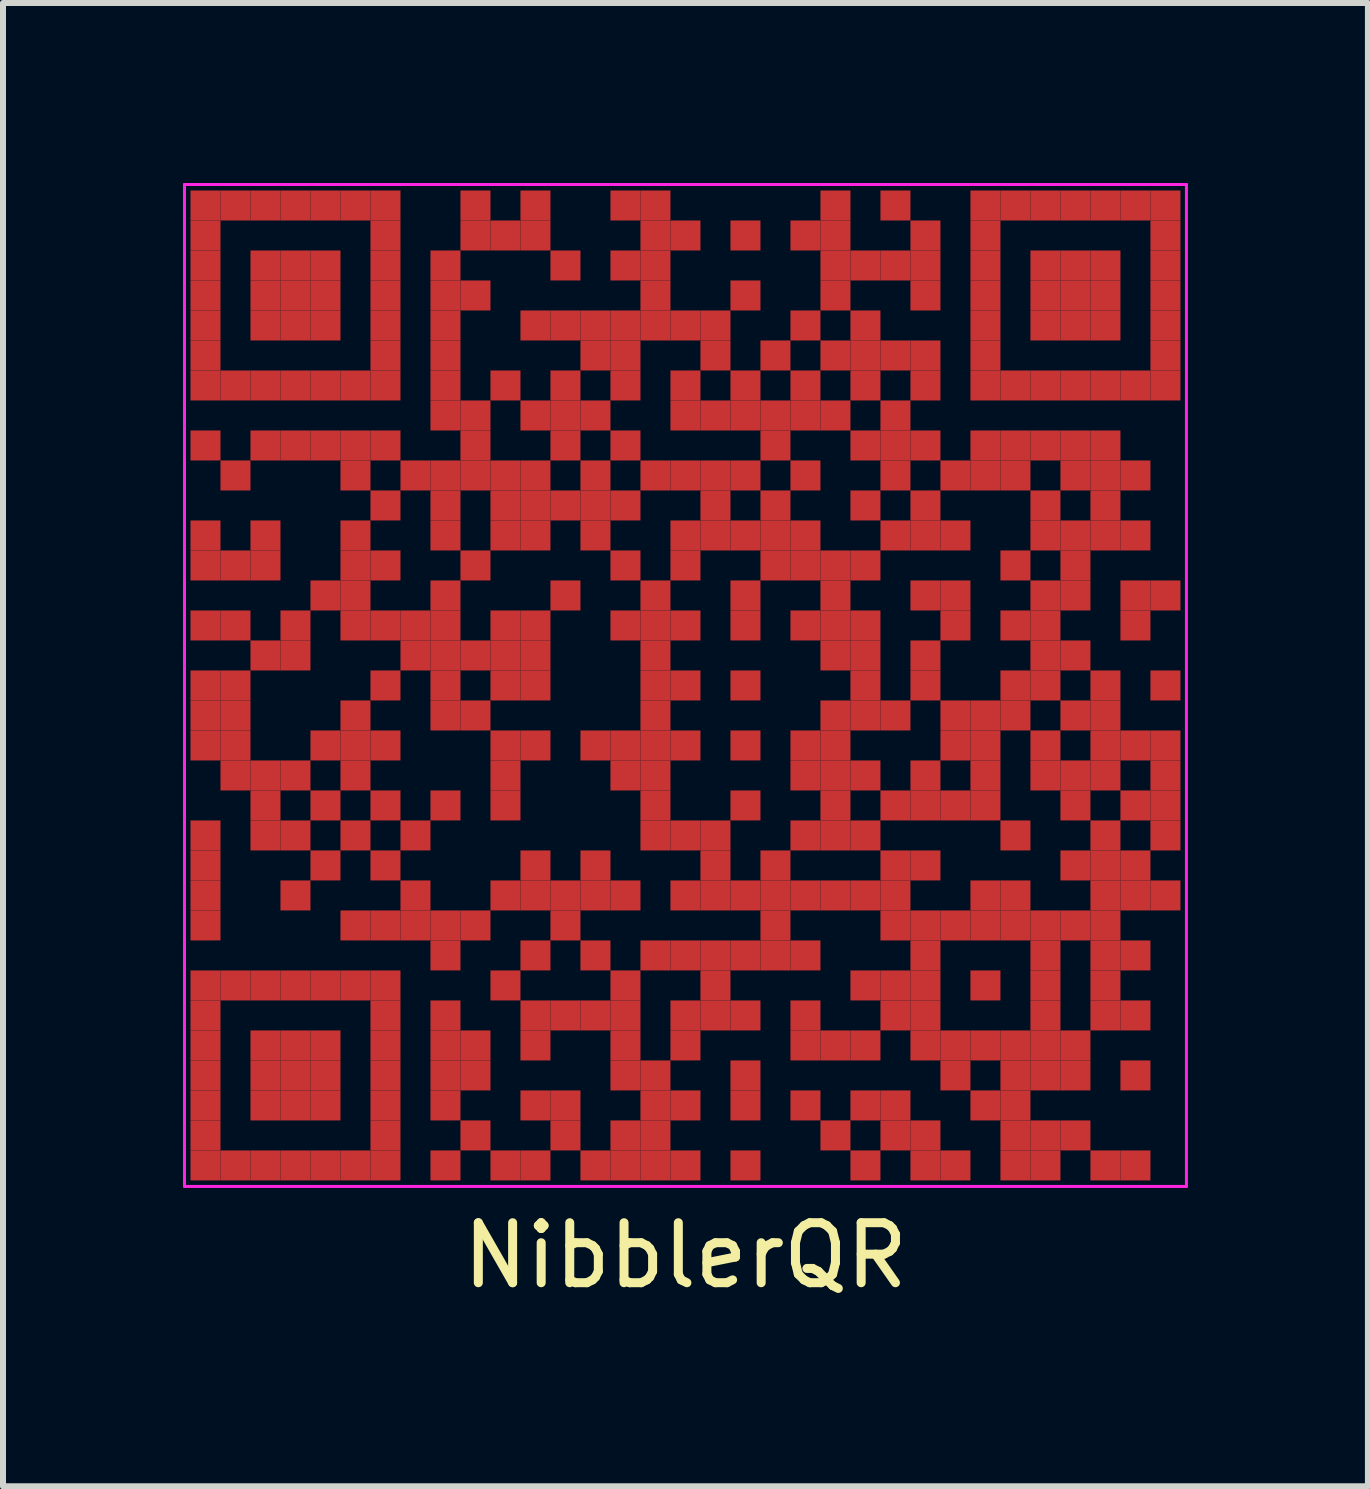
<source format=kicad_pcb>
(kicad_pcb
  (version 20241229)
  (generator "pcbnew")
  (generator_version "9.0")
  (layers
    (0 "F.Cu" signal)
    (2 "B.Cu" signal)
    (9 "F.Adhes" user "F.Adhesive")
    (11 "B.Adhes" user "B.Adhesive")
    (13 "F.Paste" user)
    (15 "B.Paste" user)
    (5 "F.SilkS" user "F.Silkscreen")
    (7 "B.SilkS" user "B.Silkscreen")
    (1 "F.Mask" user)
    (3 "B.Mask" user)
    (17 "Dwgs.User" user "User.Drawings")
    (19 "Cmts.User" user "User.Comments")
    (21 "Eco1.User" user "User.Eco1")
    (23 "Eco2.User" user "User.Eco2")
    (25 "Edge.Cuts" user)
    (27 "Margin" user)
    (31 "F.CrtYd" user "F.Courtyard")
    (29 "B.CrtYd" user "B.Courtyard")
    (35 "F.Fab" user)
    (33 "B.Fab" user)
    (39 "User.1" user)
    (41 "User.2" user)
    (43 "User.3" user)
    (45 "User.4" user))
  (footprint "NibblerQR"
    (layer "F.Cu")
    (at 8.375 8.375)
    (property "Reference" "NibblerQR" (at 0 9.5 0) (layer "F.SilkS") (effects (font (size 1 1) (thickness 0.15))))
    (attr through_hole)
    (fp_poly (pts (xy 8.3 8.3) (xy 8.3 -8.3) (xy -8.3 -8.3) (xy -8.3 8.3)) (stroke (width 0) (type solid)) (fill yes) (layer "F.Mask"))
    (fp_line (start -8.35 -8.35) (end 8.35 -8.35) (stroke (width 0.05) (type solid)) (layer "F.CrtYd"))
    (fp_line (start -8.35 8.35) (end -8.35 -8.35) (stroke (width 0.05) (type solid)) (layer "F.CrtYd"))
    (fp_line (start 8.35 -8.35) (end 8.35 8.35) (stroke (width 0.05) (type solid)) (layer "F.CrtYd"))
    (fp_line (start 8.35 8.35) (end -8.35 8.35) (stroke (width 0.05) (type solid)) (layer "F.CrtYd"))
    (pad "" smd rect (at -8 -8) (size 0.5 0.5) (layers "F.Cu"))
    (pad "" smd rect (at -8 -7.5) (size 0.5 0.5) (layers "F.Cu"))
    (pad "" smd rect (at -8 -7) (size 0.5 0.5) (layers "F.Cu"))
    (pad "" smd rect (at -8 -6.5) (size 0.5 0.5) (layers "F.Cu"))
    (pad "" smd rect (at -8 -6) (size 0.5 0.5) (layers "F.Cu"))
    (pad "" smd rect (at -8 -5.5) (size 0.5 0.5) (layers "F.Cu"))
    (pad "" smd rect (at -8 -5) (size 0.5 0.5) (layers "F.Cu"))
    (pad "" smd rect (at -8 -4) (size 0.5 0.5) (layers "F.Cu"))
    (pad "" smd rect (at -8 -2.5) (size 0.5 0.5) (layers "F.Cu"))
    (pad "" smd rect (at -8 -2) (size 0.5 0.5) (layers "F.Cu"))
    (pad "" smd rect (at -8 -1) (size 0.5 0.5) (layers "F.Cu"))
    (pad "" smd rect (at -8 0) (size 0.5 0.5) (layers "F.Cu"))
    (pad "" smd rect (at -8 0.5) (size 0.5 0.5) (layers "F.Cu"))
    (pad "" smd rect (at -8 1) (size 0.5 0.5) (layers "F.Cu"))
    (pad "" smd rect (at -8 2.5) (size 0.5 0.5) (layers "F.Cu"))
    (pad "" smd rect (at -8 3) (size 0.5 0.5) (layers "F.Cu"))
    (pad "" smd rect (at -8 3.5) (size 0.5 0.5) (layers "F.Cu"))
    (pad "" smd rect (at -8 4) (size 0.5 0.5) (layers "F.Cu"))
    (pad "" smd rect (at -8 5) (size 0.5 0.5) (layers "F.Cu"))
    (pad "" smd rect (at -8 5.5) (size 0.5 0.5) (layers "F.Cu"))
    (pad "" smd rect (at -8 6) (size 0.5 0.5) (layers "F.Cu"))
    (pad "" smd rect (at -8 6.5) (size 0.5 0.5) (layers "F.Cu"))
    (pad "" smd rect (at -8 7) (size 0.5 0.5) (layers "F.Cu"))
    (pad "" smd rect (at -8 7.5) (size 0.5 0.5) (layers "F.Cu"))
    (pad "" smd rect (at -8 8) (size 0.5 0.5) (layers "F.Cu"))
    (pad "" smd rect (at -7.5 -8) (size 0.5 0.5) (layers "F.Cu"))
    (pad "" smd rect (at -7.5 -5) (size 0.5 0.5) (layers "F.Cu"))
    (pad "" smd rect (at -7.5 -3.5) (size 0.5 0.5) (layers "F.Cu"))
    (pad "" smd rect (at -7.5 -2) (size 0.5 0.5) (layers "F.Cu"))
    (pad "" smd rect (at -7.5 -1) (size 0.5 0.5) (layers "F.Cu"))
    (pad "" smd rect (at -7.5 0) (size 0.5 0.5) (layers "F.Cu"))
    (pad "" smd rect (at -7.5 0.5) (size 0.5 0.5) (layers "F.Cu"))
    (pad "" smd rect (at -7.5 1) (size 0.5 0.5) (layers "F.Cu"))
    (pad "" smd rect (at -7.5 1.5) (size 0.5 0.5) (layers "F.Cu"))
    (pad "" smd rect (at -7.5 5) (size 0.5 0.5) (layers "F.Cu"))
    (pad "" smd rect (at -7.5 8) (size 0.5 0.5) (layers "F.Cu"))
    (pad "" smd rect (at -7 -8) (size 0.5 0.5) (layers "F.Cu"))
    (pad "" smd rect (at -7 -7) (size 0.5 0.5) (layers "F.Cu"))
    (pad "" smd rect (at -7 -6.5) (size 0.5 0.5) (layers "F.Cu"))
    (pad "" smd rect (at -7 -6) (size 0.5 0.5) (layers "F.Cu"))
    (pad "" smd rect (at -7 -5) (size 0.5 0.5) (layers "F.Cu"))
    (pad "" smd rect (at -7 -4) (size 0.5 0.5) (layers "F.Cu"))
    (pad "" smd rect (at -7 -2.5) (size 0.5 0.5) (layers "F.Cu"))
    (pad "" smd rect (at -7 -2) (size 0.5 0.5) (layers "F.Cu"))
    (pad "" smd rect (at -7 -0.5) (size 0.5 0.5) (layers "F.Cu"))
    (pad "" smd rect (at -7 1.5) (size 0.5 0.5) (layers "F.Cu"))
    (pad "" smd rect (at -7 2) (size 0.5 0.5) (layers "F.Cu"))
    (pad "" smd rect (at -7 2.5) (size 0.5 0.5) (layers "F.Cu"))
    (pad "" smd rect (at -7 5) (size 0.5 0.5) (layers "F.Cu"))
    (pad "" smd rect (at -7 6) (size 0.5 0.5) (layers "F.Cu"))
    (pad "" smd rect (at -7 6.5) (size 0.5 0.5) (layers "F.Cu"))
    (pad "" smd rect (at -7 7) (size 0.5 0.5) (layers "F.Cu"))
    (pad "" smd rect (at -7 8) (size 0.5 0.5) (layers "F.Cu"))
    (pad "" smd rect (at -6.5 -8) (size 0.5 0.5) (layers "F.Cu"))
    (pad "" smd rect (at -6.5 -7) (size 0.5 0.5) (layers "F.Cu"))
    (pad "" smd rect (at -6.5 -6.5) (size 0.5 0.5) (layers "F.Cu"))
    (pad "" smd rect (at -6.5 -6) (size 0.5 0.5) (layers "F.Cu"))
    (pad "" smd rect (at -6.5 -5) (size 0.5 0.5) (layers "F.Cu"))
    (pad "" smd rect (at -6.5 -4) (size 0.5 0.5) (layers "F.Cu"))
    (pad "" smd rect (at -6.5 -1) (size 0.5 0.5) (layers "F.Cu"))
    (pad "" smd rect (at -6.5 -0.5) (size 0.5 0.5) (layers "F.Cu"))
    (pad "" smd rect (at -6.5 1.5) (size 0.5 0.5) (layers "F.Cu"))
    (pad "" smd rect (at -6.5 2.5) (size 0.5 0.5) (layers "F.Cu"))
    (pad "" smd rect (at -6.5 3.5) (size 0.5 0.5) (layers "F.Cu"))
    (pad "" smd rect (at -6.5 5) (size 0.5 0.5) (layers "F.Cu"))
    (pad "" smd rect (at -6.5 6) (size 0.5 0.5) (layers "F.Cu"))
    (pad "" smd rect (at -6.5 6.5) (size 0.5 0.5) (layers "F.Cu"))
    (pad "" smd rect (at -6.5 7) (size 0.5 0.5) (layers "F.Cu"))
    (pad "" smd rect (at -6.5 8) (size 0.5 0.5) (layers "F.Cu"))
    (pad "" smd rect (at -6 -8) (size 0.5 0.5) (layers "F.Cu"))
    (pad "" smd rect (at -6 -7) (size 0.5 0.5) (layers "F.Cu"))
    (pad "" smd rect (at -6 -6.5) (size 0.5 0.5) (layers "F.Cu"))
    (pad "" smd rect (at -6 -6) (size 0.5 0.5) (layers "F.Cu"))
    (pad "" smd rect (at -6 -5) (size 0.5 0.5) (layers "F.Cu"))
    (pad "" smd rect (at -6 -4) (size 0.5 0.5) (layers "F.Cu"))
    (pad "" smd rect (at -6 -1.5) (size 0.5 0.5) (layers "F.Cu"))
    (pad "" smd rect (at -6 1) (size 0.5 0.5) (layers "F.Cu"))
    (pad "" smd rect (at -6 2) (size 0.5 0.5) (layers "F.Cu"))
    (pad "" smd rect (at -6 3) (size 0.5 0.5) (layers "F.Cu"))
    (pad "" smd rect (at -6 5) (size 0.5 0.5) (layers "F.Cu"))
    (pad "" smd rect (at -6 6) (size 0.5 0.5) (layers "F.Cu"))
    (pad "" smd rect (at -6 6.5) (size 0.5 0.5) (layers "F.Cu"))
    (pad "" smd rect (at -6 7) (size 0.5 0.5) (layers "F.Cu"))
    (pad "" smd rect (at -6 8) (size 0.5 0.5) (layers "F.Cu"))
    (pad "" smd rect (at -5.5 -8) (size 0.5 0.5) (layers "F.Cu"))
    (pad "" smd rect (at -5.5 -5) (size 0.5 0.5) (layers "F.Cu"))
    (pad "" smd rect (at -5.5 -4) (size 0.5 0.5) (layers "F.Cu"))
    (pad "" smd rect (at -5.5 -3.5) (size 0.5 0.5) (layers "F.Cu"))
    (pad "" smd rect (at -5.5 -2.5) (size 0.5 0.5) (layers "F.Cu"))
    (pad "" smd rect (at -5.5 -2) (size 0.5 0.5) (layers "F.Cu"))
    (pad "" smd rect (at -5.5 -1.5) (size 0.5 0.5) (layers "F.Cu"))
    (pad "" smd rect (at -5.5 -1) (size 0.5 0.5) (layers "F.Cu"))
    (pad "" smd rect (at -5.5 0.5) (size 0.5 0.5) (layers "F.Cu"))
    (pad "" smd rect (at -5.5 1) (size 0.5 0.5) (layers "F.Cu"))
    (pad "" smd rect (at -5.5 1.5) (size 0.5 0.5) (layers "F.Cu"))
    (pad "" smd rect (at -5.5 2.5) (size 0.5 0.5) (layers "F.Cu"))
    (pad "" smd rect (at -5.5 4) (size 0.5 0.5) (layers "F.Cu"))
    (pad "" smd rect (at -5.5 5) (size 0.5 0.5) (layers "F.Cu"))
    (pad "" smd rect (at -5.5 8) (size 0.5 0.5) (layers "F.Cu"))
    (pad "" smd rect (at -5 -8) (size 0.5 0.5) (layers "F.Cu"))
    (pad "" smd rect (at -5 -7.5) (size 0.5 0.5) (layers "F.Cu"))
    (pad "" smd rect (at -5 -7) (size 0.5 0.5) (layers "F.Cu"))
    (pad "" smd rect (at -5 -6.5) (size 0.5 0.5) (layers "F.Cu"))
    (pad "" smd rect (at -5 -6) (size 0.5 0.5) (layers "F.Cu"))
    (pad "" smd rect (at -5 -5.5) (size 0.5 0.5) (layers "F.Cu"))
    (pad "" smd rect (at -5 -5) (size 0.5 0.5) (layers "F.Cu"))
    (pad "" smd rect (at -5 -4) (size 0.5 0.5) (layers "F.Cu"))
    (pad "" smd rect (at -5 -3) (size 0.5 0.5) (layers "F.Cu"))
    (pad "" smd rect (at -5 -2) (size 0.5 0.5) (layers "F.Cu"))
    (pad "" smd rect (at -5 -1) (size 0.5 0.5) (layers "F.Cu"))
    (pad "" smd rect (at -5 0) (size 0.5 0.5) (layers "F.Cu"))
    (pad "" smd rect (at -5 1) (size 0.5 0.5) (layers "F.Cu"))
    (pad "" smd rect (at -5 2) (size 0.5 0.5) (layers "F.Cu"))
    (pad "" smd rect (at -5 3) (size 0.5 0.5) (layers "F.Cu"))
    (pad "" smd rect (at -5 4) (size 0.5 0.5) (layers "F.Cu"))
    (pad "" smd rect (at -5 5) (size 0.5 0.5) (layers "F.Cu"))
    (pad "" smd rect (at -5 5.5) (size 0.5 0.5) (layers "F.Cu"))
    (pad "" smd rect (at -5 6) (size 0.5 0.5) (layers "F.Cu"))
    (pad "" smd rect (at -5 6.5) (size 0.5 0.5) (layers "F.Cu"))
    (pad "" smd rect (at -5 7) (size 0.5 0.5) (layers "F.Cu"))
    (pad "" smd rect (at -5 7.5) (size 0.5 0.5) (layers "F.Cu"))
    (pad "" smd rect (at -5 8) (size 0.5 0.5) (layers "F.Cu"))
    (pad "" smd rect (at -4.5 -3.5) (size 0.5 0.5) (layers "F.Cu"))
    (pad "" smd rect (at -4.5 -1) (size 0.5 0.5) (layers "F.Cu"))
    (pad "" smd rect (at -4.5 -0.5) (size 0.5 0.5) (layers "F.Cu"))
    (pad "" smd rect (at -4.5 2.5) (size 0.5 0.5) (layers "F.Cu"))
    (pad "" smd rect (at -4.5 3.5) (size 0.5 0.5) (layers "F.Cu"))
    (pad "" smd rect (at -4.5 4) (size 0.5 0.5) (layers "F.Cu"))
    (pad "" smd rect (at -4 -7) (size 0.5 0.5) (layers "F.Cu"))
    (pad "" smd rect (at -4 -6.5) (size 0.5 0.5) (layers "F.Cu"))
    (pad "" smd rect (at -4 -6) (size 0.5 0.5) (layers "F.Cu"))
    (pad "" smd rect (at -4 -5.5) (size 0.5 0.5) (layers "F.Cu"))
    (pad "" smd rect (at -4 -5) (size 0.5 0.5) (layers "F.Cu"))
    (pad "" smd rect (at -4 -4.5) (size 0.5 0.5) (layers "F.Cu"))
    (pad "" smd rect (at -4 -3.5) (size 0.5 0.5) (layers "F.Cu"))
    (pad "" smd rect (at -4 -3) (size 0.5 0.5) (layers "F.Cu"))
    (pad "" smd rect (at -4 -2.5) (size 0.5 0.5) (layers "F.Cu"))
    (pad "" smd rect (at -4 -1.5) (size 0.5 0.5) (layers "F.Cu"))
    (pad "" smd rect (at -4 -1) (size 0.5 0.5) (layers "F.Cu"))
    (pad "" smd rect (at -4 -0.5) (size 0.5 0.5) (layers "F.Cu"))
    (pad "" smd rect (at -4 0) (size 0.5 0.5) (layers "F.Cu"))
    (pad "" smd rect (at -4 0.5) (size 0.5 0.5) (layers "F.Cu"))
    (pad "" smd rect (at -4 2) (size 0.5 0.5) (layers "F.Cu"))
    (pad "" smd rect (at -4 4) (size 0.5 0.5) (layers "F.Cu"))
    (pad "" smd rect (at -4 4.5) (size 0.5 0.5) (layers "F.Cu"))
    (pad "" smd rect (at -4 5.5) (size 0.5 0.5) (layers "F.Cu"))
    (pad "" smd rect (at -4 6) (size 0.5 0.5) (layers "F.Cu"))
    (pad "" smd rect (at -4 6.5) (size 0.5 0.5) (layers "F.Cu"))
    (pad "" smd rect (at -4 7) (size 0.5 0.5) (layers "F.Cu"))
    (pad "" smd rect (at -4 8) (size 0.5 0.5) (layers "F.Cu"))
    (pad "" smd rect (at -3.5 -8) (size 0.5 0.5) (layers "F.Cu"))
    (pad "" smd rect (at -3.5 -7.5) (size 0.5 0.5) (layers "F.Cu"))
    (pad "" smd rect (at -3.5 -6.5) (size 0.5 0.5) (layers "F.Cu"))
    (pad "" smd rect (at -3.5 -4.5) (size 0.5 0.5) (layers "F.Cu"))
    (pad "" smd rect (at -3.5 -4) (size 0.5 0.5) (layers "F.Cu"))
    (pad "" smd rect (at -3.5 -3.5) (size 0.5 0.5) (layers "F.Cu"))
    (pad "" smd rect (at -3.5 -2) (size 0.5 0.5) (layers "F.Cu"))
    (pad "" smd rect (at -3.5 -0.5) (size 0.5 0.5) (layers "F.Cu"))
    (pad "" smd rect (at -3.5 0.5) (size 0.5 0.5) (layers "F.Cu"))
    (pad "" smd rect (at -3.5 4) (size 0.5 0.5) (layers "F.Cu"))
    (pad "" smd rect (at -3.5 6) (size 0.5 0.5) (layers "F.Cu"))
    (pad "" smd rect (at -3.5 6.5) (size 0.5 0.5) (layers "F.Cu"))
    (pad "" smd rect (at -3.5 7.5) (size 0.5 0.5) (layers "F.Cu"))
    (pad "" smd rect (at -3 -7.5) (size 0.5 0.5) (layers "F.Cu"))
    (pad "" smd rect (at -3 -5) (size 0.5 0.5) (layers "F.Cu"))
    (pad "" smd rect (at -3 -3.5) (size 0.5 0.5) (layers "F.Cu"))
    (pad "" smd rect (at -3 -3) (size 0.5 0.5) (layers "F.Cu"))
    (pad "" smd rect (at -3 -2.5) (size 0.5 0.5) (layers "F.Cu"))
    (pad "" smd rect (at -3 -1) (size 0.5 0.5) (layers "F.Cu"))
    (pad "" smd rect (at -3 -0.5) (size 0.5 0.5) (layers "F.Cu"))
    (pad "" smd rect (at -3 0) (size 0.5 0.5) (layers "F.Cu"))
    (pad "" smd rect (at -3 1) (size 0.5 0.5) (layers "F.Cu"))
    (pad "" smd rect (at -3 1.5) (size 0.5 0.5) (layers "F.Cu"))
    (pad "" smd rect (at -3 2) (size 0.5 0.5) (layers "F.Cu"))
    (pad "" smd rect (at -3 3.5) (size 0.5 0.5) (layers "F.Cu"))
    (pad "" smd rect (at -3 5) (size 0.5 0.5) (layers "F.Cu"))
    (pad "" smd rect (at -3 8) (size 0.5 0.5) (layers "F.Cu"))
    (pad "" smd rect (at -2.5 -8) (size 0.5 0.5) (layers "F.Cu"))
    (pad "" smd rect (at -2.5 -7.5) (size 0.5 0.5) (layers "F.Cu"))
    (pad "" smd rect (at -2.5 -6) (size 0.5 0.5) (layers "F.Cu"))
    (pad "" smd rect (at -2.5 -4.5) (size 0.5 0.5) (layers "F.Cu"))
    (pad "" smd rect (at -2.5 -3.5) (size 0.5 0.5) (layers "F.Cu"))
    (pad "" smd rect (at -2.5 -3) (size 0.5 0.5) (layers "F.Cu"))
    (pad "" smd rect (at -2.5 -2.5) (size 0.5 0.5) (layers "F.Cu"))
    (pad "" smd rect (at -2.5 -1) (size 0.5 0.5) (layers "F.Cu"))
    (pad "" smd rect (at -2.5 -0.5) (size 0.5 0.5) (layers "F.Cu"))
    (pad "" smd rect (at -2.5 0) (size 0.5 0.5) (layers "F.Cu"))
    (pad "" smd rect (at -2.5 1) (size 0.5 0.5) (layers "F.Cu"))
    (pad "" smd rect (at -2.5 3) (size 0.5 0.5) (layers "F.Cu"))
    (pad "" smd rect (at -2.5 3.5) (size 0.5 0.5) (layers "F.Cu"))
    (pad "" smd rect (at -2.5 4.5) (size 0.5 0.5) (layers "F.Cu"))
    (pad "" smd rect (at -2.5 5.5) (size 0.5 0.5) (layers "F.Cu"))
    (pad "" smd rect (at -2.5 6) (size 0.5 0.5) (layers "F.Cu"))
    (pad "" smd rect (at -2.5 7) (size 0.5 0.5) (layers "F.Cu"))
    (pad "" smd rect (at -2.5 8) (size 0.5 0.5) (layers "F.Cu"))
    (pad "" smd rect (at -2 -7) (size 0.5 0.5) (layers "F.Cu"))
    (pad "" smd rect (at -2 -6) (size 0.5 0.5) (layers "F.Cu"))
    (pad "" smd rect (at -2 -5) (size 0.5 0.5) (layers "F.Cu"))
    (pad "" smd rect (at -2 -4.5) (size 0.5 0.5) (layers "F.Cu"))
    (pad "" smd rect (at -2 -4) (size 0.5 0.5) (layers "F.Cu"))
    (pad "" smd rect (at -2 -3) (size 0.5 0.5) (layers "F.Cu"))
    (pad "" smd rect (at -2 -1.5) (size 0.5 0.5) (layers "F.Cu"))
    (pad "" smd rect (at -2 3.5) (size 0.5 0.5) (layers "F.Cu"))
    (pad "" smd rect (at -2 4) (size 0.5 0.5) (layers "F.Cu"))
    (pad "" smd rect (at -2 5.5) (size 0.5 0.5) (layers "F.Cu"))
    (pad "" smd rect (at -2 7) (size 0.5 0.5) (layers "F.Cu"))
    (pad "" smd rect (at -2 7.5) (size 0.5 0.5) (layers "F.Cu"))
    (pad "" smd rect (at -1.5 -6) (size 0.5 0.5) (layers "F.Cu"))
    (pad "" smd rect (at -1.5 -5.5) (size 0.5 0.5) (layers "F.Cu"))
    (pad "" smd rect (at -1.5 -4.5) (size 0.5 0.5) (layers "F.Cu"))
    (pad "" smd rect (at -1.5 -3.5) (size 0.5 0.5) (layers "F.Cu"))
    (pad "" smd rect (at -1.5 -3) (size 0.5 0.5) (layers "F.Cu"))
    (pad "" smd rect (at -1.5 -2.5) (size 0.5 0.5) (layers "F.Cu"))
    (pad "" smd rect (at -1.5 1) (size 0.5 0.5) (layers "F.Cu"))
    (pad "" smd rect (at -1.5 3) (size 0.5 0.5) (layers "F.Cu"))
    (pad "" smd rect (at -1.5 3.5) (size 0.5 0.5) (layers "F.Cu"))
    (pad "" smd rect (at -1.5 4.5) (size 0.5 0.5) (layers "F.Cu"))
    (pad "" smd rect (at -1.5 5.5) (size 0.5 0.5) (layers "F.Cu"))
    (pad "" smd rect (at -1.5 8) (size 0.5 0.5) (layers "F.Cu"))
    (pad "" smd rect (at -1 -8) (size 0.5 0.5) (layers "F.Cu"))
    (pad "" smd rect (at -1 -7) (size 0.5 0.5) (layers "F.Cu"))
    (pad "" smd rect (at -1 -6) (size 0.5 0.5) (layers "F.Cu"))
    (pad "" smd rect (at -1 -5.5) (size 0.5 0.5) (layers "F.Cu"))
    (pad "" smd rect (at -1 -5) (size 0.5 0.5) (layers "F.Cu"))
    (pad "" smd rect (at -1 -4) (size 0.5 0.5) (layers "F.Cu"))
    (pad "" smd rect (at -1 -3) (size 0.5 0.5) (layers "F.Cu"))
    (pad "" smd rect (at -1 -2) (size 0.5 0.5) (layers "F.Cu"))
    (pad "" smd rect (at -1 -1) (size 0.5 0.5) (layers "F.Cu"))
    (pad "" smd rect (at -1 1) (size 0.5 0.5) (layers "F.Cu"))
    (pad "" smd rect (at -1 1.5) (size 0.5 0.5) (layers "F.Cu"))
    (pad "" smd rect (at -1 3.5) (size 0.5 0.5) (layers "F.Cu"))
    (pad "" smd rect (at -1 5) (size 0.5 0.5) (layers "F.Cu"))
    (pad "" smd rect (at -1 5.5) (size 0.5 0.5) (layers "F.Cu"))
    (pad "" smd rect (at -1 6) (size 0.5 0.5) (layers "F.Cu"))
    (pad "" smd rect (at -1 6.5) (size 0.5 0.5) (layers "F.Cu"))
    (pad "" smd rect (at -1 7.5) (size 0.5 0.5) (layers "F.Cu"))
    (pad "" smd rect (at -1 8) (size 0.5 0.5) (layers "F.Cu"))
    (pad "" smd rect (at -0.5 -8) (size 0.5 0.5) (layers "F.Cu"))
    (pad "" smd rect (at -0.5 -7.5) (size 0.5 0.5) (layers "F.Cu"))
    (pad "" smd rect (at -0.5 -7) (size 0.5 0.5) (layers "F.Cu"))
    (pad "" smd rect (at -0.5 -6.5) (size 0.5 0.5) (layers "F.Cu"))
    (pad "" smd rect (at -0.5 -6) (size 0.5 0.5) (layers "F.Cu"))
    (pad "" smd rect (at -0.5 -3.5) (size 0.5 0.5) (layers "F.Cu"))
    (pad "" smd rect (at -0.5 -1.5) (size 0.5 0.5) (layers "F.Cu"))
    (pad "" smd rect (at -0.5 -1) (size 0.5 0.5) (layers "F.Cu"))
    (pad "" smd rect (at -0.5 -0.5) (size 0.5 0.5) (layers "F.Cu"))
    (pad "" smd rect (at -0.5 0) (size 0.5 0.5) (layers "F.Cu"))
    (pad "" smd rect (at -0.5 0.5) (size 0.5 0.5) (layers "F.Cu"))
    (pad "" smd rect (at -0.5 1) (size 0.5 0.5) (layers "F.Cu"))
    (pad "" smd rect (at -0.5 1.5) (size 0.5 0.5) (layers "F.Cu"))
    (pad "" smd rect (at -0.5 2) (size 0.5 0.5) (layers "F.Cu"))
    (pad "" smd rect (at -0.5 2.5) (size 0.5 0.5) (layers "F.Cu"))
    (pad "" smd rect (at -0.5 4.5) (size 0.5 0.5) (layers "F.Cu"))
    (pad "" smd rect (at -0.5 6.5) (size 0.5 0.5) (layers "F.Cu"))
    (pad "" smd rect (at -0.5 7) (size 0.5 0.5) (layers "F.Cu"))
    (pad "" smd rect (at -0.5 7.5) (size 0.5 0.5) (layers "F.Cu"))
    (pad "" smd rect (at -0.5 8) (size 0.5 0.5) (layers "F.Cu"))
    (pad "" smd rect (at 0 -7.5) (size 0.5 0.5) (layers "F.Cu"))
    (pad "" smd rect (at 0 -6) (size 0.5 0.5) (layers "F.Cu"))
    (pad "" smd rect (at 0 -5) (size 0.5 0.5) (layers "F.Cu"))
    (pad "" smd rect (at 0 -4.5) (size 0.5 0.5) (layers "F.Cu"))
    (pad "" smd rect (at 0 -3.5) (size 0.5 0.5) (layers "F.Cu"))
    (pad "" smd rect (at 0 -2.5) (size 0.5 0.5) (layers "F.Cu"))
    (pad "" smd rect (at 0 -2) (size 0.5 0.5) (layers "F.Cu"))
    (pad "" smd rect (at 0 -1) (size 0.5 0.5) (layers "F.Cu"))
    (pad "" smd rect (at 0 0) (size 0.5 0.5) (layers "F.Cu"))
    (pad "" smd rect (at 0 1) (size 0.5 0.5) (layers "F.Cu"))
    (pad "" smd rect (at 0 2.5) (size 0.5 0.5) (layers "F.Cu"))
    (pad "" smd rect (at 0 3.5) (size 0.5 0.5) (layers "F.Cu"))
    (pad "" smd rect (at 0 4.5) (size 0.5 0.5) (layers "F.Cu"))
    (pad "" smd rect (at 0 5.5) (size 0.5 0.5) (layers "F.Cu"))
    (pad "" smd rect (at 0 6) (size 0.5 0.5) (layers "F.Cu"))
    (pad "" smd rect (at 0 7) (size 0.5 0.5) (layers "F.Cu"))
    (pad "" smd rect (at 0 8) (size 0.5 0.5) (layers "F.Cu"))
    (pad "" smd rect (at 0.5 -6) (size 0.5 0.5) (layers "F.Cu"))
    (pad "" smd rect (at 0.5 -5.5) (size 0.5 0.5) (layers "F.Cu"))
    (pad "" smd rect (at 0.5 -4.5) (size 0.5 0.5) (layers "F.Cu"))
    (pad "" smd rect (at 0.5 -3.5) (size 0.5 0.5) (layers "F.Cu"))
    (pad "" smd rect (at 0.5 -3) (size 0.5 0.5) (layers "F.Cu"))
    (pad "" smd rect (at 0.5 -2.5) (size 0.5 0.5) (layers "F.Cu"))
    (pad "" smd rect (at 0.5 2.5) (size 0.5 0.5) (layers "F.Cu"))
    (pad "" smd rect (at 0.5 3) (size 0.5 0.5) (layers "F.Cu"))
    (pad "" smd rect (at 0.5 3.5) (size 0.5 0.5) (layers "F.Cu"))
    (pad "" smd rect (at 0.5 4.5) (size 0.5 0.5) (layers "F.Cu"))
    (pad "" smd rect (at 0.5 5) (size 0.5 0.5) (layers "F.Cu"))
    (pad "" smd rect (at 0.5 5.5) (size 0.5 0.5) (layers "F.Cu"))
    (pad "" smd rect (at 1 -7.5) (size 0.5 0.5) (layers "F.Cu"))
    (pad "" smd rect (at 1 -6.5) (size 0.5 0.5) (layers "F.Cu"))
    (pad "" smd rect (at 1 -5) (size 0.5 0.5) (layers "F.Cu"))
    (pad "" smd rect (at 1 -4.5) (size 0.5 0.5) (layers "F.Cu"))
    (pad "" smd rect (at 1 -3.5) (size 0.5 0.5) (layers "F.Cu"))
    (pad "" smd rect (at 1 -2.5) (size 0.5 0.5) (layers "F.Cu"))
    (pad "" smd rect (at 1 -1.5) (size 0.5 0.5) (layers "F.Cu"))
    (pad "" smd rect (at 1 -1) (size 0.5 0.5) (layers "F.Cu"))
    (pad "" smd rect (at 1 0) (size 0.5 0.5) (layers "F.Cu"))
    (pad "" smd rect (at 1 1) (size 0.5 0.5) (layers "F.Cu"))
    (pad "" smd rect (at 1 2) (size 0.5 0.5) (layers "F.Cu"))
    (pad "" smd rect (at 1 3.5) (size 0.5 0.5) (layers "F.Cu"))
    (pad "" smd rect (at 1 4.5) (size 0.5 0.5) (layers "F.Cu"))
    (pad "" smd rect (at 1 5.5) (size 0.5 0.5) (layers "F.Cu"))
    (pad "" smd rect (at 1 6.5) (size 0.5 0.5) (layers "F.Cu"))
    (pad "" smd rect (at 1 7) (size 0.5 0.5) (layers "F.Cu"))
    (pad "" smd rect (at 1 8) (size 0.5 0.5) (layers "F.Cu"))
    (pad "" smd rect (at 1.5 -5.5) (size 0.5 0.5) (layers "F.Cu"))
    (pad "" smd rect (at 1.5 -4.5) (size 0.5 0.5) (layers "F.Cu"))
    (pad "" smd rect (at 1.5 -4) (size 0.5 0.5) (layers "F.Cu"))
    (pad "" smd rect (at 1.5 -3) (size 0.5 0.5) (layers "F.Cu"))
    (pad "" smd rect (at 1.5 -2.5) (size 0.5 0.5) (layers "F.Cu"))
    (pad "" smd rect (at 1.5 -2) (size 0.5 0.5) (layers "F.Cu"))
    (pad "" smd rect (at 1.5 3) (size 0.5 0.5) (layers "F.Cu"))
    (pad "" smd rect (at 1.5 3.5) (size 0.5 0.5) (layers "F.Cu"))
    (pad "" smd rect (at 1.5 4) (size 0.5 0.5) (layers "F.Cu"))
    (pad "" smd rect (at 1.5 4.5) (size 0.5 0.5) (layers "F.Cu"))
    (pad "" smd rect (at 2 -7.5) (size 0.5 0.5) (layers "F.Cu"))
    (pad "" smd rect (at 2 -6) (size 0.5 0.5) (layers "F.Cu"))
    (pad "" smd rect (at 2 -5) (size 0.5 0.5) (layers "F.Cu"))
    (pad "" smd rect (at 2 -4.5) (size 0.5 0.5) (layers "F.Cu"))
    (pad "" smd rect (at 2 -3.5) (size 0.5 0.5) (layers "F.Cu"))
    (pad "" smd rect (at 2 -2.5) (size 0.5 0.5) (layers "F.Cu"))
    (pad "" smd rect (at 2 -2) (size 0.5 0.5) (layers "F.Cu"))
    (pad "" smd rect (at 2 -1) (size 0.5 0.5) (layers "F.Cu"))
    (pad "" smd rect (at 2 1) (size 0.5 0.5) (layers "F.Cu"))
    (pad "" smd rect (at 2 1.5) (size 0.5 0.5) (layers "F.Cu"))
    (pad "" smd rect (at 2 2.5) (size 0.5 0.5) (layers "F.Cu"))
    (pad "" smd rect (at 2 3.5) (size 0.5 0.5) (layers "F.Cu"))
    (pad "" smd rect (at 2 4.5) (size 0.5 0.5) (layers "F.Cu"))
    (pad "" smd rect (at 2 5.5) (size 0.5 0.5) (layers "F.Cu"))
    (pad "" smd rect (at 2 6) (size 0.5 0.5) (layers "F.Cu"))
    (pad "" smd rect (at 2 7) (size 0.5 0.5) (layers "F.Cu"))
    (pad "" smd rect (at 2.5 -8) (size 0.5 0.5) (layers "F.Cu"))
    (pad "" smd rect (at 2.5 -7.5) (size 0.5 0.5) (layers "F.Cu"))
    (pad "" smd rect (at 2.5 -7) (size 0.5 0.5) (layers "F.Cu"))
    (pad "" smd rect (at 2.5 -6.5) (size 0.5 0.5) (layers "F.Cu"))
    (pad "" smd rect (at 2.5 -5.5) (size 0.5 0.5) (layers "F.Cu"))
    (pad "" smd rect (at 2.5 -4.5) (size 0.5 0.5) (layers "F.Cu"))
    (pad "" smd rect (at 2.5 -2) (size 0.5 0.5) (layers "F.Cu"))
    (pad "" smd rect (at 2.5 -1.5) (size 0.5 0.5) (layers "F.Cu"))
    (pad "" smd rect (at 2.5 -1) (size 0.5 0.5) (layers "F.Cu"))
    (pad "" smd rect (at 2.5 -0.5) (size 0.5 0.5) (layers "F.Cu"))
    (pad "" smd rect (at 2.5 0.5) (size 0.5 0.5) (layers "F.Cu"))
    (pad "" smd rect (at 2.5 1) (size 0.5 0.5) (layers "F.Cu"))
    (pad "" smd rect (at 2.5 1.5) (size 0.5 0.5) (layers "F.Cu"))
    (pad "" smd rect (at 2.5 2) (size 0.5 0.5) (layers "F.Cu"))
    (pad "" smd rect (at 2.5 2.5) (size 0.5 0.5) (layers "F.Cu"))
    (pad "" smd rect (at 2.5 3.5) (size 0.5 0.5) (layers "F.Cu"))
    (pad "" smd rect (at 2.5 6) (size 0.5 0.5) (layers "F.Cu"))
    (pad "" smd rect (at 2.5 7.5) (size 0.5 0.5) (layers "F.Cu"))
    (pad "" smd rect (at 3 -7) (size 0.5 0.5) (layers "F.Cu"))
    (pad "" smd rect (at 3 -6) (size 0.5 0.5) (layers "F.Cu"))
    (pad "" smd rect (at 3 -5.5) (size 0.5 0.5) (layers "F.Cu"))
    (pad "" smd rect (at 3 -5) (size 0.5 0.5) (layers "F.Cu"))
    (pad "" smd rect (at 3 -4) (size 0.5 0.5) (layers "F.Cu"))
    (pad "" smd rect (at 3 -3) (size 0.5 0.5) (layers "F.Cu"))
    (pad "" smd rect (at 3 -2) (size 0.5 0.5) (layers "F.Cu"))
    (pad "" smd rect (at 3 -1) (size 0.5 0.5) (layers "F.Cu"))
    (pad "" smd rect (at 3 -0.5) (size 0.5 0.5) (layers "F.Cu"))
    (pad "" smd rect (at 3 0) (size 0.5 0.5) (layers "F.Cu"))
    (pad "" smd rect (at 3 0.5) (size 0.5 0.5) (layers "F.Cu"))
    (pad "" smd rect (at 3 1.5) (size 0.5 0.5) (layers "F.Cu"))
    (pad "" smd rect (at 3 2.5) (size 0.5 0.5) (layers "F.Cu"))
    (pad "" smd rect (at 3 3.5) (size 0.5 0.5) (layers "F.Cu"))
    (pad "" smd rect (at 3 5) (size 0.5 0.5) (layers "F.Cu"))
    (pad "" smd rect (at 3 6) (size 0.5 0.5) (layers "F.Cu"))
    (pad "" smd rect (at 3 7) (size 0.5 0.5) (layers "F.Cu"))
    (pad "" smd rect (at 3 8) (size 0.5 0.5) (layers "F.Cu"))
    (pad "" smd rect (at 3.5 -8) (size 0.5 0.5) (layers "F.Cu"))
    (pad "" smd rect (at 3.5 -7) (size 0.5 0.5) (layers "F.Cu"))
    (pad "" smd rect (at 3.5 -5.5) (size 0.5 0.5) (layers "F.Cu"))
    (pad "" smd rect (at 3.5 -4.5) (size 0.5 0.5) (layers "F.Cu"))
    (pad "" smd rect (at 3.5 -4) (size 0.5 0.5) (layers "F.Cu"))
    (pad "" smd rect (at 3.5 -3.5) (size 0.5 0.5) (layers "F.Cu"))
    (pad "" smd rect (at 3.5 -2.5) (size 0.5 0.5) (layers "F.Cu"))
    (pad "" smd rect (at 3.5 0.5) (size 0.5 0.5) (layers "F.Cu"))
    (pad "" smd rect (at 3.5 2) (size 0.5 0.5) (layers "F.Cu"))
    (pad "" smd rect (at 3.5 3) (size 0.5 0.5) (layers "F.Cu"))
    (pad "" smd rect (at 3.5 3.5) (size 0.5 0.5) (layers "F.Cu"))
    (pad "" smd rect (at 3.5 4) (size 0.5 0.5) (layers "F.Cu"))
    (pad "" smd rect (at 3.5 5) (size 0.5 0.5) (layers "F.Cu"))
    (pad "" smd rect (at 3.5 5.5) (size 0.5 0.5) (layers "F.Cu"))
    (pad "" smd rect (at 3.5 7) (size 0.5 0.5) (layers "F.Cu"))
    (pad "" smd rect (at 3.5 7.5) (size 0.5 0.5) (layers "F.Cu"))
    (pad "" smd rect (at 4 -7.5) (size 0.5 0.5) (layers "F.Cu"))
    (pad "" smd rect (at 4 -7) (size 0.5 0.5) (layers "F.Cu"))
    (pad "" smd rect (at 4 -6.5) (size 0.5 0.5) (layers "F.Cu"))
    (pad "" smd rect (at 4 -5.5) (size 0.5 0.5) (layers "F.Cu"))
    (pad "" smd rect (at 4 -5) (size 0.5 0.5) (layers "F.Cu"))
    (pad "" smd rect (at 4 -4) (size 0.5 0.5) (layers "F.Cu"))
    (pad "" smd rect (at 4 -3) (size 0.5 0.5) (layers "F.Cu"))
    (pad "" smd rect (at 4 -2.5) (size 0.5 0.5) (layers "F.Cu"))
    (pad "" smd rect (at 4 -1.5) (size 0.5 0.5) (layers "F.Cu"))
    (pad "" smd rect (at 4 -0.5) (size 0.5 0.5) (layers "F.Cu"))
    (pad "" smd rect (at 4 0) (size 0.5 0.5) (layers "F.Cu"))
    (pad "" smd rect (at 4 1.5) (size 0.5 0.5) (layers "F.Cu"))
    (pad "" smd rect (at 4 2) (size 0.5 0.5) (layers "F.Cu"))
    (pad "" smd rect (at 4 3) (size 0.5 0.5) (layers "F.Cu"))
    (pad "" smd rect (at 4 4) (size 0.5 0.5) (layers "F.Cu"))
    (pad "" smd rect (at 4 4.5) (size 0.5 0.5) (layers "F.Cu"))
    (pad "" smd rect (at 4 5) (size 0.5 0.5) (layers "F.Cu"))
    (pad "" smd rect (at 4 5.5) (size 0.5 0.5) (layers "F.Cu"))
    (pad "" smd rect (at 4 6) (size 0.5 0.5) (layers "F.Cu"))
    (pad "" smd rect (at 4 7.5) (size 0.5 0.5) (layers "F.Cu"))
    (pad "" smd rect (at 4 8) (size 0.5 0.5) (layers "F.Cu"))
    (pad "" smd rect (at 4.5 -3.5) (size 0.5 0.5) (layers "F.Cu"))
    (pad "" smd rect (at 4.5 -2.5) (size 0.5 0.5) (layers "F.Cu"))
    (pad "" smd rect (at 4.5 -1.5) (size 0.5 0.5) (layers "F.Cu"))
    (pad "" smd rect (at 4.5 -1) (size 0.5 0.5) (layers "F.Cu"))
    (pad "" smd rect (at 4.5 0.5) (size 0.5 0.5) (layers "F.Cu"))
    (pad "" smd rect (at 4.5 1) (size 0.5 0.5) (layers "F.Cu"))
    (pad "" smd rect (at 4.5 2) (size 0.5 0.5) (layers "F.Cu"))
    (pad "" smd rect (at 4.5 4) (size 0.5 0.5) (layers "F.Cu"))
    (pad "" smd rect (at 4.5 6) (size 0.5 0.5) (layers "F.Cu"))
    (pad "" smd rect (at 4.5 6.5) (size 0.5 0.5) (layers "F.Cu"))
    (pad "" smd rect (at 4.5 8) (size 0.5 0.5) (layers "F.Cu"))
    (pad "" smd rect (at 5 -8) (size 0.5 0.5) (layers "F.Cu"))
    (pad "" smd rect (at 5 -7.5) (size 0.5 0.5) (layers "F.Cu"))
    (pad "" smd rect (at 5 -7) (size 0.5 0.5) (layers "F.Cu"))
    (pad "" smd rect (at 5 -6.5) (size 0.5 0.5) (layers "F.Cu"))
    (pad "" smd rect (at 5 -6) (size 0.5 0.5) (layers "F.Cu"))
    (pad "" smd rect (at 5 -5.5) (size 0.5 0.5) (layers "F.Cu"))
    (pad "" smd rect (at 5 -5) (size 0.5 0.5) (layers "F.Cu"))
    (pad "" smd rect (at 5 -4) (size 0.5 0.5) (layers "F.Cu"))
    (pad "" smd rect (at 5 -3.5) (size 0.5 0.5) (layers "F.Cu"))
    (pad "" smd rect (at 5 0.5) (size 0.5 0.5) (layers "F.Cu"))
    (pad "" smd rect (at 5 1) (size 0.5 0.5) (layers "F.Cu"))
    (pad "" smd rect (at 5 1.5) (size 0.5 0.5) (layers "F.Cu"))
    (pad "" smd rect (at 5 2) (size 0.5 0.5) (layers "F.Cu"))
    (pad "" smd rect (at 5 3.5) (size 0.5 0.5) (layers "F.Cu"))
    (pad "" smd rect (at 5 4) (size 0.5 0.5) (layers "F.Cu"))
    (pad "" smd rect (at 5 5) (size 0.5 0.5) (layers "F.Cu"))
    (pad "" smd rect (at 5 6) (size 0.5 0.5) (layers "F.Cu"))
    (pad "" smd rect (at 5 7) (size 0.5 0.5) (layers "F.Cu"))
    (pad "" smd rect (at 5.5 -8) (size 0.5 0.5) (layers "F.Cu"))
    (pad "" smd rect (at 5.5 -5) (size 0.5 0.5) (layers "F.Cu"))
    (pad "" smd rect (at 5.5 -4) (size 0.5 0.5) (layers "F.Cu"))
    (pad "" smd rect (at 5.5 -3.5) (size 0.5 0.5) (layers "F.Cu"))
    (pad "" smd rect (at 5.5 -2) (size 0.5 0.5) (layers "F.Cu"))
    (pad "" smd rect (at 5.5 -1) (size 0.5 0.5) (layers "F.Cu"))
    (pad "" smd rect (at 5.5 0) (size 0.5 0.5) (layers "F.Cu"))
    (pad "" smd rect (at 5.5 0.5) (size 0.5 0.5) (layers "F.Cu"))
    (pad "" smd rect (at 5.5 2.5) (size 0.5 0.5) (layers "F.Cu"))
    (pad "" smd rect (at 5.5 3.5) (size 0.5 0.5) (layers "F.Cu"))
    (pad "" smd rect (at 5.5 4) (size 0.5 0.5) (layers "F.Cu"))
    (pad "" smd rect (at 5.5 6) (size 0.5 0.5) (layers "F.Cu"))
    (pad "" smd rect (at 5.5 6.5) (size 0.5 0.5) (layers "F.Cu"))
    (pad "" smd rect (at 5.5 7) (size 0.5 0.5) (layers "F.Cu"))
    (pad "" smd rect (at 5.5 7.5) (size 0.5 0.5) (layers "F.Cu"))
    (pad "" smd rect (at 5.5 8) (size 0.5 0.5) (layers "F.Cu"))
    (pad "" smd rect (at 6 -8) (size 0.5 0.5) (layers "F.Cu"))
    (pad "" smd rect (at 6 -7) (size 0.5 0.5) (layers "F.Cu"))
    (pad "" smd rect (at 6 -6.5) (size 0.5 0.5) (layers "F.Cu"))
    (pad "" smd rect (at 6 -6) (size 0.5 0.5) (layers "F.Cu"))
    (pad "" smd rect (at 6 -5) (size 0.5 0.5) (layers "F.Cu"))
    (pad "" smd rect (at 6 -4) (size 0.5 0.5) (layers "F.Cu"))
    (pad "" smd rect (at 6 -3) (size 0.5 0.5) (layers "F.Cu"))
    (pad "" smd rect (at 6 -2.5) (size 0.5 0.5) (layers "F.Cu"))
    (pad "" smd rect (at 6 -1.5) (size 0.5 0.5) (layers "F.Cu"))
    (pad "" smd rect (at 6 -1) (size 0.5 0.5) (layers "F.Cu"))
    (pad "" smd rect (at 6 -0.5) (size 0.5 0.5) (layers "F.Cu"))
    (pad "" smd rect (at 6 0) (size 0.5 0.5) (layers "F.Cu"))
    (pad "" smd rect (at 6 1) (size 0.5 0.5) (layers "F.Cu"))
    (pad "" smd rect (at 6 1.5) (size 0.5 0.5) (layers "F.Cu"))
    (pad "" smd rect (at 6 4) (size 0.5 0.5) (layers "F.Cu"))
    (pad "" smd rect (at 6 4.5) (size 0.5 0.5) (layers "F.Cu"))
    (pad "" smd rect (at 6 5) (size 0.5 0.5) (layers "F.Cu"))
    (pad "" smd rect (at 6 5.5) (size 0.5 0.5) (layers "F.Cu"))
    (pad "" smd rect (at 6 6) (size 0.5 0.5) (layers "F.Cu"))
    (pad "" smd rect (at 6 6.5) (size 0.5 0.5) (layers "F.Cu"))
    (pad "" smd rect (at 6 7.5) (size 0.5 0.5) (layers "F.Cu"))
    (pad "" smd rect (at 6 8) (size 0.5 0.5) (layers "F.Cu"))
    (pad "" smd rect (at 6.5 -8) (size 0.5 0.5) (layers "F.Cu"))
    (pad "" smd rect (at 6.5 -7) (size 0.5 0.5) (layers "F.Cu"))
    (pad "" smd rect (at 6.5 -6.5) (size 0.5 0.5) (layers "F.Cu"))
    (pad "" smd rect (at 6.5 -6) (size 0.5 0.5) (layers "F.Cu"))
    (pad "" smd rect (at 6.5 -5) (size 0.5 0.5) (layers "F.Cu"))
    (pad "" smd rect (at 6.5 -4) (size 0.5 0.5) (layers "F.Cu"))
    (pad "" smd rect (at 6.5 -3.5) (size 0.5 0.5) (layers "F.Cu"))
    (pad "" smd rect (at 6.5 -2.5) (size 0.5 0.5) (layers "F.Cu"))
    (pad "" smd rect (at 6.5 -2) (size 0.5 0.5) (layers "F.Cu"))
    (pad "" smd rect (at 6.5 -1.5) (size 0.5 0.5) (layers "F.Cu"))
    (pad "" smd rect (at 6.5 -0.5) (size 0.5 0.5) (layers "F.Cu"))
    (pad "" smd rect (at 6.5 0.5) (size 0.5 0.5) (layers "F.Cu"))
    (pad "" smd rect (at 6.5 1.5) (size 0.5 0.5) (layers "F.Cu"))
    (pad "" smd rect (at 6.5 2) (size 0.5 0.5) (layers "F.Cu"))
    (pad "" smd rect (at 6.5 3) (size 0.5 0.5) (layers "F.Cu"))
    (pad "" smd rect (at 6.5 4) (size 0.5 0.5) (layers "F.Cu"))
    (pad "" smd rect (at 6.5 6) (size 0.5 0.5) (layers "F.Cu"))
    (pad "" smd rect (at 6.5 6.5) (size 0.5 0.5) (layers "F.Cu"))
    (pad "" smd rect (at 6.5 7.5) (size 0.5 0.5) (layers "F.Cu"))
    (pad "" smd rect (at 7 -8) (size 0.5 0.5) (layers "F.Cu"))
    (pad "" smd rect (at 7 -7) (size 0.5 0.5) (layers "F.Cu"))
    (pad "" smd rect (at 7 -6.5) (size 0.5 0.5) (layers "F.Cu"))
    (pad "" smd rect (at 7 -6) (size 0.5 0.5) (layers "F.Cu"))
    (pad "" smd rect (at 7 -5) (size 0.5 0.5) (layers "F.Cu"))
    (pad "" smd rect (at 7 -4) (size 0.5 0.5) (layers "F.Cu"))
    (pad "" smd rect (at 7 -3.5) (size 0.5 0.5) (layers "F.Cu"))
    (pad "" smd rect (at 7 -3) (size 0.5 0.5) (layers "F.Cu"))
    (pad "" smd rect (at 7 -2.5) (size 0.5 0.5) (layers "F.Cu"))
    (pad "" smd rect (at 7 0) (size 0.5 0.5) (layers "F.Cu"))
    (pad "" smd rect (at 7 0.5) (size 0.5 0.5) (layers "F.Cu"))
    (pad "" smd rect (at 7 1) (size 0.5 0.5) (layers "F.Cu"))
    (pad "" smd rect (at 7 1.5) (size 0.5 0.5) (layers "F.Cu"))
    (pad "" smd rect (at 7 2.5) (size 0.5 0.5) (layers "F.Cu"))
    (pad "" smd rect (at 7 3) (size 0.5 0.5) (layers "F.Cu"))
    (pad "" smd rect (at 7 3.5) (size 0.5 0.5) (layers "F.Cu"))
    (pad "" smd rect (at 7 4) (size 0.5 0.5) (layers "F.Cu"))
    (pad "" smd rect (at 7 4.5) (size 0.5 0.5) (layers "F.Cu"))
    (pad "" smd rect (at 7 5) (size 0.5 0.5) (layers "F.Cu"))
    (pad "" smd rect (at 7 5.5) (size 0.5 0.5) (layers "F.Cu"))
    (pad "" smd rect (at 7 8) (size 0.5 0.5) (layers "F.Cu"))
    (pad "" smd rect (at 7.5 -8) (size 0.5 0.5) (layers "F.Cu"))
    (pad "" smd rect (at 7.5 -5) (size 0.5 0.5) (layers "F.Cu"))
    (pad "" smd rect (at 7.5 -3.5) (size 0.5 0.5) (layers "F.Cu"))
    (pad "" smd rect (at 7.5 -2.5) (size 0.5 0.5) (layers "F.Cu"))
    (pad "" smd rect (at 7.5 -1.5) (size 0.5 0.5) (layers "F.Cu"))
    (pad "" smd rect (at 7.5 -1) (size 0.5 0.5) (layers "F.Cu"))
    (pad "" smd rect (at 7.5 1) (size 0.5 0.5) (layers "F.Cu"))
    (pad "" smd rect (at 7.5 2) (size 0.5 0.5) (layers "F.Cu"))
    (pad "" smd rect (at 7.5 3) (size 0.5 0.5) (layers "F.Cu"))
    (pad "" smd rect (at 7.5 3.5) (size 0.5 0.5) (layers "F.Cu"))
    (pad "" smd rect (at 7.5 4.5) (size 0.5 0.5) (layers "F.Cu"))
    (pad "" smd rect (at 7.5 5.5) (size 0.5 0.5) (layers "F.Cu"))
    (pad "" smd rect (at 7.5 6.5) (size 0.5 0.5) (layers "F.Cu"))
    (pad "" smd rect (at 7.5 8) (size 0.5 0.5) (layers "F.Cu"))
    (pad "" smd rect (at 8 -8) (size 0.5 0.5) (layers "F.Cu"))
    (pad "" smd rect (at 8 -7.5) (size 0.5 0.5) (layers "F.Cu"))
    (pad "" smd rect (at 8 -7) (size 0.5 0.5) (layers "F.Cu"))
    (pad "" smd rect (at 8 -6.5) (size 0.5 0.5) (layers "F.Cu"))
    (pad "" smd rect (at 8 -6) (size 0.5 0.5) (layers "F.Cu"))
    (pad "" smd rect (at 8 -5.5) (size 0.5 0.5) (layers "F.Cu"))
    (pad "" smd rect (at 8 -5) (size 0.5 0.5) (layers "F.Cu"))
    (pad "" smd rect (at 8 -1.5) (size 0.5 0.5) (layers "F.Cu"))
    (pad "" smd rect (at 8 0) (size 0.5 0.5) (layers "F.Cu"))
    (pad "" smd rect (at 8 1) (size 0.5 0.5) (layers "F.Cu"))
    (pad "" smd rect (at 8 1.5) (size 0.5 0.5) (layers "F.Cu"))
    (pad "" smd rect (at 8 2) (size 0.5 0.5) (layers "F.Cu"))
    (pad "" smd rect (at 8 2.5) (size 0.5 0.5) (layers "F.Cu"))
    (pad "" smd rect (at 8 3.5) (size 0.5 0.5) (layers "F.Cu")))
  (gr_rect
    (start -3 -3)
    (end 19.75 21.723)
    (stroke (width 0.1) (type default))
    (fill no)
    (layer "Edge.Cuts")))
</source>
